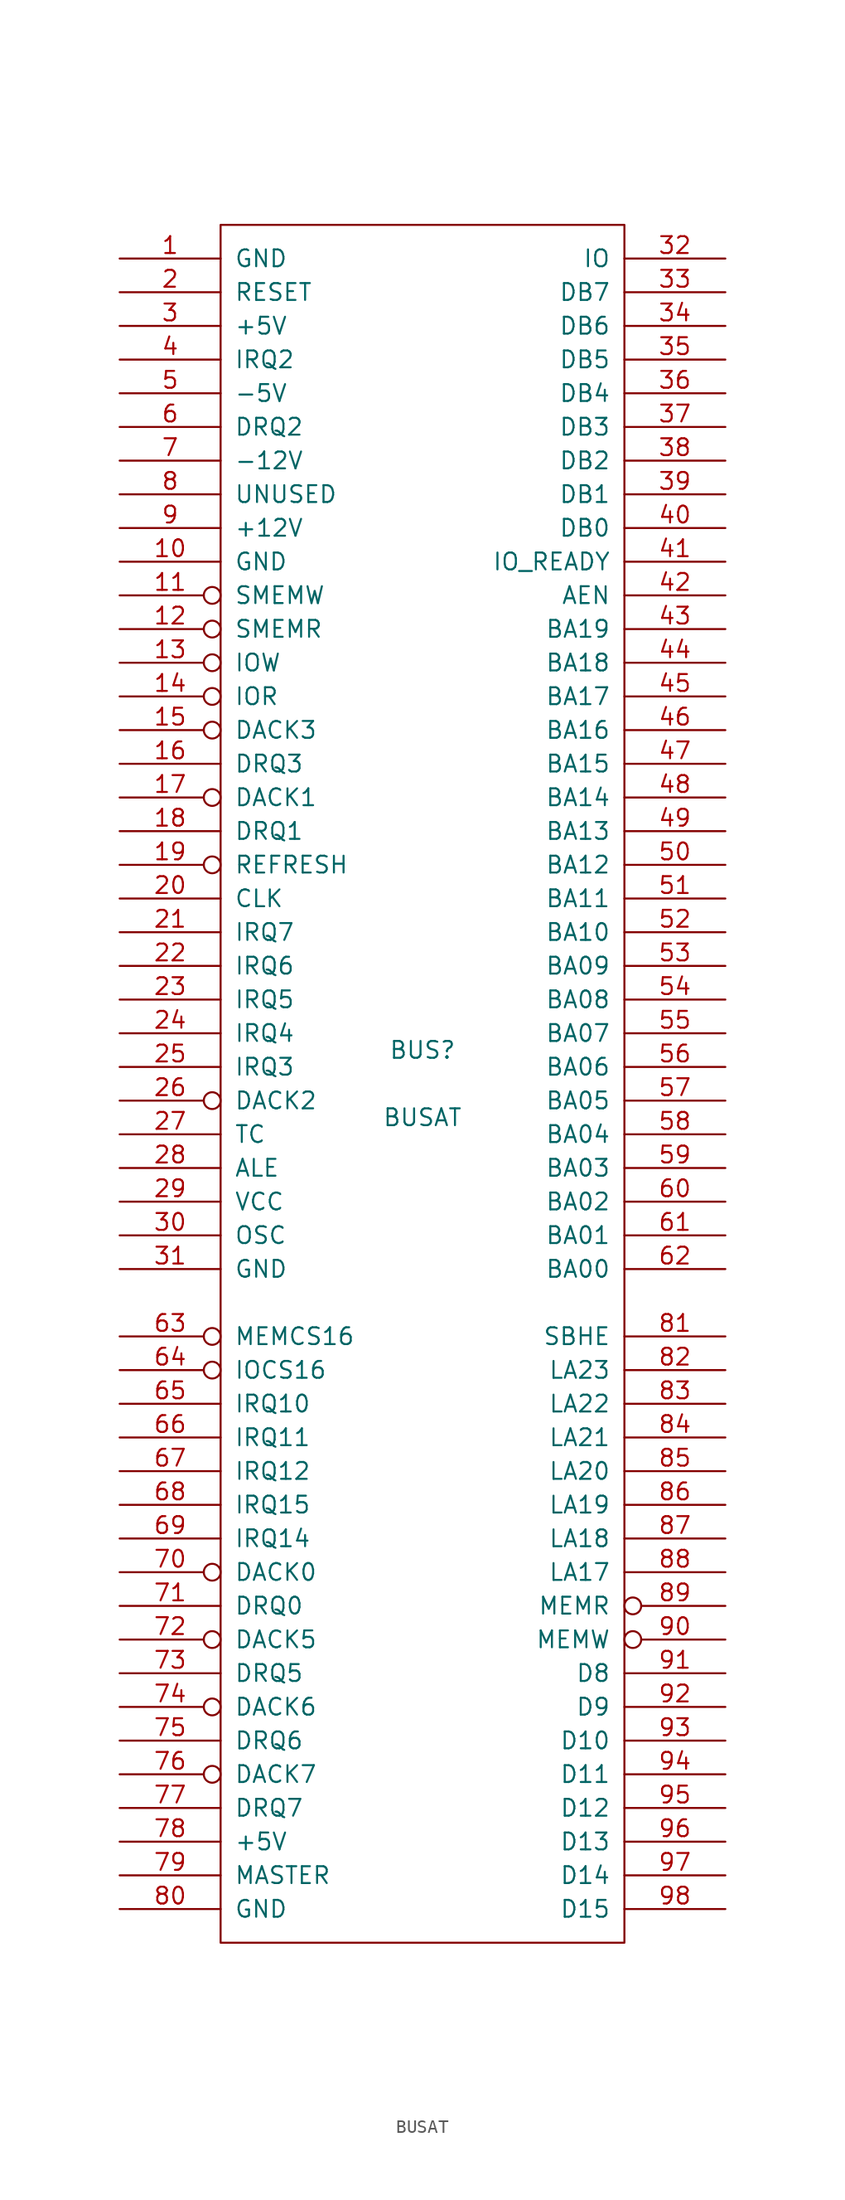
<source format=kicad_sym>
(kicad_symbol_lib
  (version 20231120)
  (generator "kicad_symbol_editor")
  (generator_version "8.0")
  (symbol "BUSAT"
    (pin_names
      (offset 1.016))
    (property "Reference" "BUS"
      (at 0 2.54 0)
      (effects (font (size 1.27 1.27))))
    (property "Value" "BUSAT"
      (at 0 -2.54 0)
      (effects (font (size 1.27 1.27))))
    (property "Footprint" ""
      (at 0 0 0)
      (effects (font (size 1.27 1.27))))
    (property "Datasheet" ""
      (at 0 0 0)
      (effects (font (size 1.27 1.27))))
    (symbol "BUSAT_0_1"
      (rectangle (start -15.24 -64.77) (end 15.24 64.77) (stroke (width 0) (type solid)) (fill (type none))))
    (symbol "BUSAT_1_1"
      (pin passive line (at -22.86 62.23 0) (length 7.62) (name "GND" (effects (font (size 1.27 1.27)))) (number "1" (effects (font (size 1.27 1.27)))))
      (pin passive line (at -22.86 39.37 0) (length 7.62) (name "GND" (effects (font (size 1.27 1.27)))) (number "10" (effects (font (size 1.27 1.27)))))
      (pin output inverted (at -22.86 36.83 0) (length 7.62) (name "SMEMW" (effects (font (size 1.27 1.27)))) (number "11" (effects (font (size 1.27 1.27)))))
      (pin output inverted (at -22.86 34.29 0) (length 7.62) (name "SMEMR" (effects (font (size 1.27 1.27)))) (number "12" (effects (font (size 1.27 1.27)))))
      (pin output inverted (at -22.86 31.75 0) (length 7.62) (name "IOW" (effects (font (size 1.27 1.27)))) (number "13" (effects (font (size 1.27 1.27)))))
      (pin output inverted (at -22.86 29.21 0) (length 7.62) (name "IOR" (effects (font (size 1.27 1.27)))) (number "14" (effects (font (size 1.27 1.27)))))
      (pin passive inverted (at -22.86 26.67 0) (length 7.62) (name "DACK3" (effects (font (size 1.27 1.27)))) (number "15" (effects (font (size 1.27 1.27)))))
      (pin passive line (at -22.86 24.13 0) (length 7.62) (name "DRQ3" (effects (font (size 1.27 1.27)))) (number "16" (effects (font (size 1.27 1.27)))))
      (pin passive inverted (at -22.86 21.59 0) (length 7.62) (name "DACK1" (effects (font (size 1.27 1.27)))) (number "17" (effects (font (size 1.27 1.27)))))
      (pin passive line (at -22.86 19.05 0) (length 7.62) (name "DRQ1" (effects (font (size 1.27 1.27)))) (number "18" (effects (font (size 1.27 1.27)))))
      (pin passive inverted (at -22.86 16.51 0) (length 7.62) (name "REFRESH" (effects (font (size 1.27 1.27)))) (number "19" (effects (font (size 1.27 1.27)))))
      (pin output line (at -22.86 59.69 0) (length 7.62) (name "RESET" (effects (font (size 1.27 1.27)))) (number "2" (effects (font (size 1.27 1.27)))))
      (pin output line (at -22.86 13.97 0) (length 7.62) (name "CLK" (effects (font (size 1.27 1.27)))) (number "20" (effects (font (size 1.27 1.27)))))
      (pin passive line (at -22.86 11.43 0) (length 7.62) (name "IRQ7" (effects (font (size 1.27 1.27)))) (number "21" (effects (font (size 1.27 1.27)))))
      (pin passive line (at -22.86 8.89 0) (length 7.62) (name "IRQ6" (effects (font (size 1.27 1.27)))) (number "22" (effects (font (size 1.27 1.27)))))
      (pin passive line (at -22.86 6.35 0) (length 7.62) (name "IRQ5" (effects (font (size 1.27 1.27)))) (number "23" (effects (font (size 1.27 1.27)))))
      (pin passive line (at -22.86 3.81 0) (length 7.62) (name "IRQ4" (effects (font (size 1.27 1.27)))) (number "24" (effects (font (size 1.27 1.27)))))
      (pin passive line (at -22.86 1.27 0) (length 7.62) (name "IRQ3" (effects (font (size 1.27 1.27)))) (number "25" (effects (font (size 1.27 1.27)))))
      (pin passive inverted (at -22.86 -1.27 0) (length 7.62) (name "DACK2" (effects (font (size 1.27 1.27)))) (number "26" (effects (font (size 1.27 1.27)))))
      (pin passive line (at -22.86 -3.81 0) (length 7.62) (name "TC" (effects (font (size 1.27 1.27)))) (number "27" (effects (font (size 1.27 1.27)))))
      (pin output line (at -22.86 -6.35 0) (length 7.62) (name "ALE" (effects (font (size 1.27 1.27)))) (number "28" (effects (font (size 1.27 1.27)))))
      (pin passive line (at -22.86 -8.89 0) (length 7.62) (name "VCC" (effects (font (size 1.27 1.27)))) (number "29" (effects (font (size 1.27 1.27)))))
      (pin passive line (at -22.86 57.15 0) (length 7.62) (name "+5V" (effects (font (size 1.27 1.27)))) (number "3" (effects (font (size 1.27 1.27)))))
      (pin output line (at -22.86 -11.43 0) (length 7.62) (name "OSC" (effects (font (size 1.27 1.27)))) (number "30" (effects (font (size 1.27 1.27)))))
      (pin passive line (at -22.86 -13.97 0) (length 7.62) (name "GND" (effects (font (size 1.27 1.27)))) (number "31" (effects (font (size 1.27 1.27)))))
      (pin passive line (at 22.86 62.23 180) (length 7.62) (name "IO" (effects (font (size 1.27 1.27)))) (number "32" (effects (font (size 1.27 1.27)))))
      (pin tri_state line (at 22.86 59.69 180) (length 7.62) (name "DB7" (effects (font (size 1.27 1.27)))) (number "33" (effects (font (size 1.27 1.27)))))
      (pin tri_state line (at 22.86 57.15 180) (length 7.62) (name "DB6" (effects (font (size 1.27 1.27)))) (number "34" (effects (font (size 1.27 1.27)))))
      (pin tri_state line (at 22.86 54.61 180) (length 7.62) (name "DB5" (effects (font (size 1.27 1.27)))) (number "35" (effects (font (size 1.27 1.27)))))
      (pin tri_state line (at 22.86 52.07 180) (length 7.62) (name "DB4" (effects (font (size 1.27 1.27)))) (number "36" (effects (font (size 1.27 1.27)))))
      (pin tri_state line (at 22.86 49.53 180) (length 7.62) (name "DB3" (effects (font (size 1.27 1.27)))) (number "37" (effects (font (size 1.27 1.27)))))
      (pin tri_state line (at 22.86 46.99 180) (length 7.62) (name "DB2" (effects (font (size 1.27 1.27)))) (number "38" (effects (font (size 1.27 1.27)))))
      (pin tri_state line (at 22.86 44.45 180) (length 7.62) (name "DB1" (effects (font (size 1.27 1.27)))) (number "39" (effects (font (size 1.27 1.27)))))
      (pin passive line (at -22.86 54.61 0) (length 7.62) (name "IRQ2" (effects (font (size 1.27 1.27)))) (number "4" (effects (font (size 1.27 1.27)))))
      (pin tri_state line (at 22.86 41.91 180) (length 7.62) (name "DB0" (effects (font (size 1.27 1.27)))) (number "40" (effects (font (size 1.27 1.27)))))
      (pin passive line (at 22.86 39.37 180) (length 7.62) (name "IO_READY" (effects (font (size 1.27 1.27)))) (number "41" (effects (font (size 1.27 1.27)))))
      (pin output line (at 22.86 36.83 180) (length 7.62) (name "AEN" (effects (font (size 1.27 1.27)))) (number "42" (effects (font (size 1.27 1.27)))))
      (pin tri_state line (at 22.86 34.29 180) (length 7.62) (name "BA19" (effects (font (size 1.27 1.27)))) (number "43" (effects (font (size 1.27 1.27)))))
      (pin tri_state line (at 22.86 31.75 180) (length 7.62) (name "BA18" (effects (font (size 1.27 1.27)))) (number "44" (effects (font (size 1.27 1.27)))))
      (pin tri_state line (at 22.86 29.21 180) (length 7.62) (name "BA17" (effects (font (size 1.27 1.27)))) (number "45" (effects (font (size 1.27 1.27)))))
      (pin tri_state line (at 22.86 26.67 180) (length 7.62) (name "BA16" (effects (font (size 1.27 1.27)))) (number "46" (effects (font (size 1.27 1.27)))))
      (pin tri_state line (at 22.86 24.13 180) (length 7.62) (name "BA15" (effects (font (size 1.27 1.27)))) (number "47" (effects (font (size 1.27 1.27)))))
      (pin tri_state line (at 22.86 21.59 180) (length 7.62) (name "BA14" (effects (font (size 1.27 1.27)))) (number "48" (effects (font (size 1.27 1.27)))))
      (pin tri_state line (at 22.86 19.05 180) (length 7.62) (name "BA13" (effects (font (size 1.27 1.27)))) (number "49" (effects (font (size 1.27 1.27)))))
      (pin passive line (at -22.86 52.07 0) (length 7.62) (name "-5V" (effects (font (size 1.27 1.27)))) (number "5" (effects (font (size 1.27 1.27)))))
      (pin tri_state line (at 22.86 16.51 180) (length 7.62) (name "BA12" (effects (font (size 1.27 1.27)))) (number "50" (effects (font (size 1.27 1.27)))))
      (pin tri_state line (at 22.86 13.97 180) (length 7.62) (name "BA11" (effects (font (size 1.27 1.27)))) (number "51" (effects (font (size 1.27 1.27)))))
      (pin tri_state line (at 22.86 11.43 180) (length 7.62) (name "BA10" (effects (font (size 1.27 1.27)))) (number "52" (effects (font (size 1.27 1.27)))))
      (pin tri_state line (at 22.86 8.89 180) (length 7.62) (name "BA09" (effects (font (size 1.27 1.27)))) (number "53" (effects (font (size 1.27 1.27)))))
      (pin tri_state line (at 22.86 6.35 180) (length 7.62) (name "BA08" (effects (font (size 1.27 1.27)))) (number "54" (effects (font (size 1.27 1.27)))))
      (pin tri_state line (at 22.86 3.81 180) (length 7.62) (name "BA07" (effects (font (size 1.27 1.27)))) (number "55" (effects (font (size 1.27 1.27)))))
      (pin tri_state line (at 22.86 1.27 180) (length 7.62) (name "BA06" (effects (font (size 1.27 1.27)))) (number "56" (effects (font (size 1.27 1.27)))))
      (pin tri_state line (at 22.86 -1.27 180) (length 7.62) (name "BA05" (effects (font (size 1.27 1.27)))) (number "57" (effects (font (size 1.27 1.27)))))
      (pin tri_state line (at 22.86 -3.81 180) (length 7.62) (name "BA04" (effects (font (size 1.27 1.27)))) (number "58" (effects (font (size 1.27 1.27)))))
      (pin tri_state line (at 22.86 -6.35 180) (length 7.62) (name "BA03" (effects (font (size 1.27 1.27)))) (number "59" (effects (font (size 1.27 1.27)))))
      (pin passive line (at -22.86 49.53 0) (length 7.62) (name "DRQ2" (effects (font (size 1.27 1.27)))) (number "6" (effects (font (size 1.27 1.27)))))
      (pin tri_state line (at 22.86 -8.89 180) (length 7.62) (name "BA02" (effects (font (size 1.27 1.27)))) (number "60" (effects (font (size 1.27 1.27)))))
      (pin tri_state line (at 22.86 -11.43 180) (length 7.62) (name "BA01" (effects (font (size 1.27 1.27)))) (number "61" (effects (font (size 1.27 1.27)))))
      (pin tri_state line (at 22.86 -13.97 180) (length 7.62) (name "BA00" (effects (font (size 1.27 1.27)))) (number "62" (effects (font (size 1.27 1.27)))))
      (pin passive inverted (at -22.86 -19.05 0) (length 7.62) (name "MEMCS16" (effects (font (size 1.27 1.27)))) (number "63" (effects (font (size 1.27 1.27)))))
      (pin passive inverted (at -22.86 -21.59 0) (length 7.62) (name "IOCS16" (effects (font (size 1.27 1.27)))) (number "64" (effects (font (size 1.27 1.27)))))
      (pin passive line (at -22.86 -24.13 0) (length 7.62) (name "IRQ10" (effects (font (size 1.27 1.27)))) (number "65" (effects (font (size 1.27 1.27)))))
      (pin passive line (at -22.86 -26.67 0) (length 7.62) (name "IRQ11" (effects (font (size 1.27 1.27)))) (number "66" (effects (font (size 1.27 1.27)))))
      (pin passive line (at -22.86 -29.21 0) (length 7.62) (name "IRQ12" (effects (font (size 1.27 1.27)))) (number "67" (effects (font (size 1.27 1.27)))))
      (pin passive line (at -22.86 -31.75 0) (length 7.62) (name "IRQ15" (effects (font (size 1.27 1.27)))) (number "68" (effects (font (size 1.27 1.27)))))
      (pin passive line (at -22.86 -34.29 0) (length 7.62) (name "IRQ14" (effects (font (size 1.27 1.27)))) (number "69" (effects (font (size 1.27 1.27)))))
      (pin passive line (at -22.86 46.99 0) (length 7.62) (name "-12V" (effects (font (size 1.27 1.27)))) (number "7" (effects (font (size 1.27 1.27)))))
      (pin output inverted (at -22.86 -36.83 0) (length 7.62) (name "DACK0" (effects (font (size 1.27 1.27)))) (number "70" (effects (font (size 1.27 1.27)))))
      (pin passive line (at -22.86 -39.37 0) (length 7.62) (name "DRQ0" (effects (font (size 1.27 1.27)))) (number "71" (effects (font (size 1.27 1.27)))))
      (pin output inverted (at -22.86 -41.91 0) (length 7.62) (name "DACK5" (effects (font (size 1.27 1.27)))) (number "72" (effects (font (size 1.27 1.27)))))
      (pin passive line (at -22.86 -44.45 0) (length 7.62) (name "DRQ5" (effects (font (size 1.27 1.27)))) (number "73" (effects (font (size 1.27 1.27)))))
      (pin output inverted (at -22.86 -46.99 0) (length 7.62) (name "DACK6" (effects (font (size 1.27 1.27)))) (number "74" (effects (font (size 1.27 1.27)))))
      (pin passive line (at -22.86 -49.53 0) (length 7.62) (name "DRQ6" (effects (font (size 1.27 1.27)))) (number "75" (effects (font (size 1.27 1.27)))))
      (pin output inverted (at -22.86 -52.07 0) (length 7.62) (name "DACK7" (effects (font (size 1.27 1.27)))) (number "76" (effects (font (size 1.27 1.27)))))
      (pin passive line (at -22.86 -54.61 0) (length 7.62) (name "DRQ7" (effects (font (size 1.27 1.27)))) (number "77" (effects (font (size 1.27 1.27)))))
      (pin passive line (at -22.86 -57.15 0) (length 7.62) (name "+5V" (effects (font (size 1.27 1.27)))) (number "78" (effects (font (size 1.27 1.27)))))
      (pin passive line (at -22.86 -59.69 0) (length 7.62) (name "MASTER" (effects (font (size 1.27 1.27)))) (number "79" (effects (font (size 1.27 1.27)))))
      (pin passive line (at -22.86 44.45 0) (length 7.62) (name "UNUSED" (effects (font (size 1.27 1.27)))) (number "8" (effects (font (size 1.27 1.27)))))
      (pin passive line (at -22.86 -62.23 0) (length 7.62) (name "GND" (effects (font (size 1.27 1.27)))) (number "80" (effects (font (size 1.27 1.27)))))
      (pin passive line (at 22.86 -19.05 180) (length 7.62) (name "SBHE" (effects (font (size 1.27 1.27)))) (number "81" (effects (font (size 1.27 1.27)))))
      (pin passive line (at 22.86 -21.59 180) (length 7.62) (name "LA23" (effects (font (size 1.27 1.27)))) (number "82" (effects (font (size 1.27 1.27)))))
      (pin passive line (at 22.86 -24.13 180) (length 7.62) (name "LA22" (effects (font (size 1.27 1.27)))) (number "83" (effects (font (size 1.27 1.27)))))
      (pin passive line (at 22.86 -26.67 180) (length 7.62) (name "LA21" (effects (font (size 1.27 1.27)))) (number "84" (effects (font (size 1.27 1.27)))))
      (pin passive line (at 22.86 -29.21 180) (length 7.62) (name "LA20" (effects (font (size 1.27 1.27)))) (number "85" (effects (font (size 1.27 1.27)))))
      (pin passive line (at 22.86 -31.75 180) (length 7.62) (name "LA19" (effects (font (size 1.27 1.27)))) (number "86" (effects (font (size 1.27 1.27)))))
      (pin passive line (at 22.86 -34.29 180) (length 7.62) (name "LA18" (effects (font (size 1.27 1.27)))) (number "87" (effects (font (size 1.27 1.27)))))
      (pin passive line (at 22.86 -36.83 180) (length 7.62) (name "LA17" (effects (font (size 1.27 1.27)))) (number "88" (effects (font (size 1.27 1.27)))))
      (pin output inverted (at 22.86 -39.37 180) (length 7.62) (name "MEMR" (effects (font (size 1.27 1.27)))) (number "89" (effects (font (size 1.27 1.27)))))
      (pin passive line (at -22.86 41.91 0) (length 7.62) (name "+12V" (effects (font (size 1.27 1.27)))) (number "9" (effects (font (size 1.27 1.27)))))
      (pin output inverted (at 22.86 -41.91 180) (length 7.62) (name "MEMW" (effects (font (size 1.27 1.27)))) (number "90" (effects (font (size 1.27 1.27)))))
      (pin tri_state line (at 22.86 -44.45 180) (length 7.62) (name "D8" (effects (font (size 1.27 1.27)))) (number "91" (effects (font (size 1.27 1.27)))))
      (pin tri_state line (at 22.86 -46.99 180) (length 7.62) (name "D9" (effects (font (size 1.27 1.27)))) (number "92" (effects (font (size 1.27 1.27)))))
      (pin tri_state line (at 22.86 -49.53 180) (length 7.62) (name "D10" (effects (font (size 1.27 1.27)))) (number "93" (effects (font (size 1.27 1.27)))))
      (pin tri_state line (at 22.86 -52.07 180) (length 7.62) (name "D11" (effects (font (size 1.27 1.27)))) (number "94" (effects (font (size 1.27 1.27)))))
      (pin tri_state line (at 22.86 -54.61 180) (length 7.62) (name "D12" (effects (font (size 1.27 1.27)))) (number "95" (effects (font (size 1.27 1.27)))))
      (pin tri_state line (at 22.86 -57.15 180) (length 7.62) (name "D13" (effects (font (size 1.27 1.27)))) (number "96" (effects (font (size 1.27 1.27)))))
      (pin tri_state line (at 22.86 -59.69 180) (length 7.62) (name "D14" (effects (font (size 1.27 1.27)))) (number "97" (effects (font (size 1.27 1.27)))))
      (pin tri_state line (at 22.86 -62.23 180) (length 7.62) (name "D15" (effects (font (size 1.27 1.27)))) (number "98" (effects (font (size 1.27 1.27))))))))
</source>
